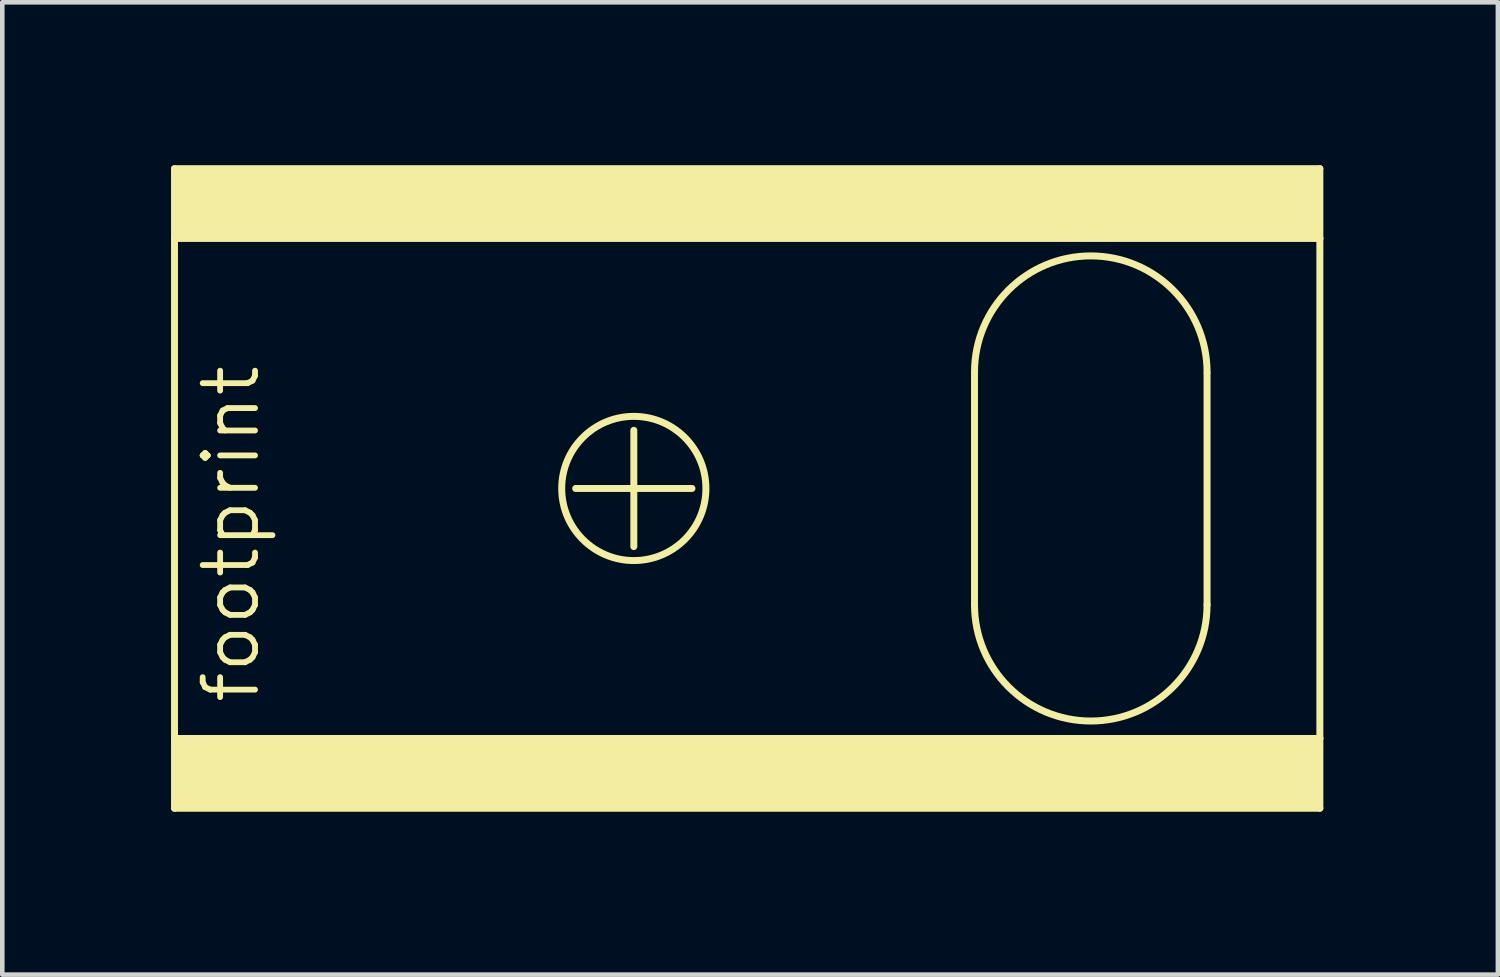
<source format=kicad_pcb>
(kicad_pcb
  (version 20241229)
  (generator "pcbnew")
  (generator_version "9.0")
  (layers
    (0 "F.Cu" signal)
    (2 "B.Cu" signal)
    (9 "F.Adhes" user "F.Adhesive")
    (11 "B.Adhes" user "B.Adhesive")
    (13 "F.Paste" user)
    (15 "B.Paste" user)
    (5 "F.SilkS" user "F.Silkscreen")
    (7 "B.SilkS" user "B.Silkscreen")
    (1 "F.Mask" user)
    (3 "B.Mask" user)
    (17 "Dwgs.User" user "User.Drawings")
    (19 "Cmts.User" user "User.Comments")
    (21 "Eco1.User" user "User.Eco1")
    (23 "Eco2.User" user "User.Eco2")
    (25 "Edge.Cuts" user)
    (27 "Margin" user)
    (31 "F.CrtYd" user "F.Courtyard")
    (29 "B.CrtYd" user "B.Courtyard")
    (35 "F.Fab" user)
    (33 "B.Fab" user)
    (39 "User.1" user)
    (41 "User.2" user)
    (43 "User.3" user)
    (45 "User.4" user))
  (footprint "footprint"
    (layer "F.Cu")
    (at 15.875 7.62)
    (property "Reference" "footprint" (at -13.208 4.75 90) (layer "F.SilkS") (effects (font (size 1.143 1.143) (thickness 0.127)) (justify left bottom)))
    (fp_line (start -15.113 -6.985) (end 9.906 -6.985) (stroke (width 0.152) (type solid)) (layer "F.SilkS"))
    (fp_line (start -15.113 -5.461) (end -15.113 -6.985) (stroke (width 0.152) (type solid)) (layer "F.SilkS"))
    (fp_line (start -15.113 -5.461) (end 9.906 -5.461) (stroke (width 0.152) (type solid)) (layer "F.SilkS"))
    (fp_line (start -15.113 5.461) (end -15.113 -5.461) (stroke (width 0.152) (type solid)) (layer "F.SilkS"))
    (fp_line (start -15.113 5.461) (end 9.906 5.461) (stroke (width 0.152) (type solid)) (layer "F.SilkS"))
    (fp_line (start -15.113 6.985) (end -15.113 5.461) (stroke (width 0.152) (type solid)) (layer "F.SilkS"))
    (fp_line (start -6.35 0) (end -3.81 0) (stroke (width 0.152) (type solid)) (layer "F.SilkS"))
    (fp_line (start -5.08 1.27) (end -5.08 -1.27) (stroke (width 0.152) (type solid)) (layer "F.SilkS"))
    (fp_line (start 2.362 2.54) (end 2.362 -2.515) (stroke (width 0.152) (type solid)) (layer "F.SilkS"))
    (fp_line (start 7.442 2.54) (end 7.442 -2.515) (stroke (width 0.152) (type solid)) (layer "F.SilkS"))
    (fp_line (start 9.906 -6.985) (end 9.906 -5.461) (stroke (width 0.152) (type solid)) (layer "F.SilkS"))
    (fp_line (start 9.906 -5.461) (end 9.906 5.461) (stroke (width 0.152) (type solid)) (layer "F.SilkS"))
    (fp_line (start 9.906 5.461) (end 9.906 6.985) (stroke (width 0.152) (type solid)) (layer "F.SilkS"))
    (fp_line (start 9.906 6.985) (end -15.113 6.985) (stroke (width 0.152) (type solid)) (layer "F.SilkS"))
    (fp_arc (start 2.3622 -2.54) (mid 4.9022 -5.08) (end 7.4422 -2.54) (stroke (width 0.1524) (type solid)) (layer "F.SilkS"))
    (fp_arc (start 7.4422 2.54) (mid 4.9022 5.08) (end 2.3622 2.54) (stroke (width 0.1524) (type solid)) (layer "F.SilkS"))
    (fp_circle (center -5.08 0) (end -3.505 0) (stroke (width 0.152) (type solid)) (fill no) (layer "F.SilkS"))
    (fp_poly (pts (xy -15.113 -5.461) (xy 9.906 -5.461) (xy 9.906 -6.985) (xy -15.113 -6.985)) (stroke (width 0) (type solid)) (fill yes) (layer "F.SilkS"))
    (fp_poly (pts (xy -15.113 6.985) (xy 9.906 6.985) (xy 9.906 5.461) (xy -15.113 5.461)) (stroke (width 0) (type solid)) (fill yes) (layer "F.SilkS"))
    (zone (net_name "") (layer "F.Cu") (hatch edge 0.508) (connect_pads) (min_thickness 0.254) (filled_areas_thickness no) (keepout (tracks not_allowed) (vias not_allowed) (pads not_allowed) (copperpour not_allowed) (footprints allowed)) (placement (enabled no)) (fill) (polygon (pts (xy 0 15.24) (xy 26.67 15.24) (xy 26.67 0) (xy 0 0))))
    (zone (net_name "") (layers "F.Cu" "B.Cu") (hatch edge 0.508) (connect_pads) (min_thickness 0.254) (filled_areas_thickness no) (keepout (tracks allowed) (vias not_allowed) (pads allowed) (copperpour allowed) (footprints allowed)) (placement (enabled no)) (fill) (polygon (pts (xy 0 15.24) (xy 26.67 15.24) (xy 26.67 0) (xy 0 0)))))
  (gr_rect
    (start -3 -3)
    (end 29.67 18.24)
    (stroke (width 0.1) (type default))
    (fill no)
    (layer "Edge.Cuts")))
</source>
